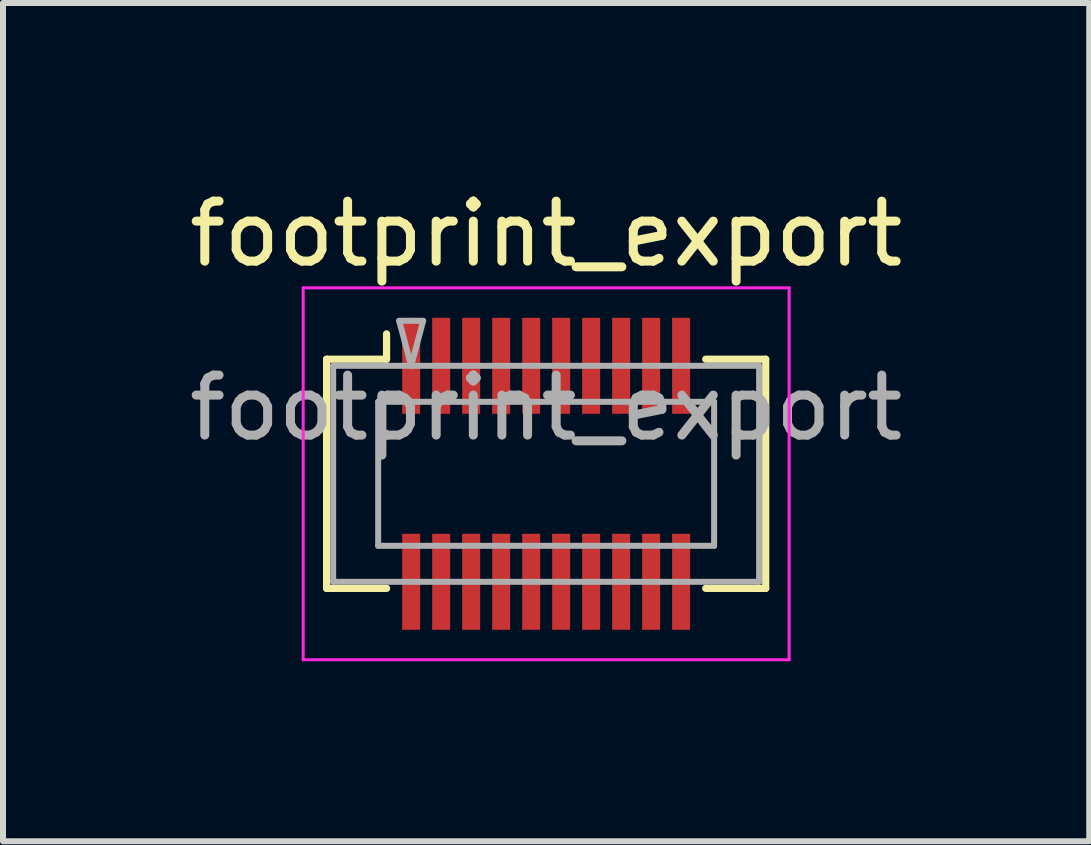
<source format=kicad_pcb>
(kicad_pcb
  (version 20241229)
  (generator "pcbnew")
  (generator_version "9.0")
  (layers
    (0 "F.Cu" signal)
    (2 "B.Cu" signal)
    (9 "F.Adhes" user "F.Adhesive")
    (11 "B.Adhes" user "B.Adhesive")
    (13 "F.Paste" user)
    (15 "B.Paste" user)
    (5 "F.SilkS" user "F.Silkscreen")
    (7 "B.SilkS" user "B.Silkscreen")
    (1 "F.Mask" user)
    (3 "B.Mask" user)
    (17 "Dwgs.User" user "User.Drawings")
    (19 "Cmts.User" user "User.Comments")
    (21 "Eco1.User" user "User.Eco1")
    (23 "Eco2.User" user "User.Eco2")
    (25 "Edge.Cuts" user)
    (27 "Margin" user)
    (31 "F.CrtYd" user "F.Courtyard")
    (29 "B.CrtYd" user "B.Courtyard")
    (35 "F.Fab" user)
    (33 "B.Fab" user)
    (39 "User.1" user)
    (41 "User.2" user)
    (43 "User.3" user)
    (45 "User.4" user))
  (footprint "footprint_export"
    (layer "F.Cu")
    (at 6.054 4.848)
    (property "Reference" "footprint_export" (at 0 -4 0) (layer "F.SilkS") (effects (font (size 1 1) (thickness 0.15))))
    (attr smd)
    (fp_line (start -3.66 -1.91) (end -2.66 -1.91) (stroke (width 0.12) (type solid)) (layer "F.SilkS"))
    (fp_line (start -3.66 1.91) (end -3.66 -1.91) (stroke (width 0.12) (type solid)) (layer "F.SilkS"))
    (fp_line (start -2.66 -1.91) (end -2.66 -2.333) (stroke (width 0.12) (type solid)) (layer "F.SilkS"))
    (fp_line (start -2.66 1.91) (end -3.66 1.91) (stroke (width 0.12) (type solid)) (layer "F.SilkS"))
    (fp_line (start 2.66 1.91) (end 3.66 1.91) (stroke (width 0.12) (type solid)) (layer "F.SilkS"))
    (fp_line (start 3.66 -1.91) (end 2.66 -1.91) (stroke (width 0.12) (type solid)) (layer "F.SilkS"))
    (fp_line (start 3.66 1.91) (end 3.66 -1.91) (stroke (width 0.12) (type solid)) (layer "F.SilkS"))
    (fp_line (start -4.05 -3.1) (end -4.05 3.1) (stroke (width 0.05) (type solid)) (layer "F.CrtYd"))
    (fp_line (start -4.05 3.1) (end 4.05 3.1) (stroke (width 0.05) (type solid)) (layer "F.CrtYd"))
    (fp_line (start 4.05 -3.1) (end -4.05 -3.1) (stroke (width 0.05) (type solid)) (layer "F.CrtYd"))
    (fp_line (start 4.05 3.1) (end 4.05 -3.1) (stroke (width 0.05) (type solid)) (layer "F.CrtYd"))
    (fp_line (start -3.55 -1.8) (end 3.55 -1.8) (stroke (width 0.1) (type solid)) (layer "F.Fab"))
    (fp_line (start -3.55 1.8) (end -3.55 -1.8) (stroke (width 0.1) (type solid)) (layer "F.Fab"))
    (fp_line (start -2.8 -1.2) (end 2.8 -1.2) (stroke (width 0.1) (type solid)) (layer "F.Fab"))
    (fp_line (start -2.8 1.2) (end -2.8 -1.2) (stroke (width 0.1) (type solid)) (layer "F.Fab"))
    (fp_line (start -2.45 -2.55) (end -2.25 -1.8) (stroke (width 0.1) (type solid)) (layer "F.Fab"))
    (fp_line (start -2.25 -1.8) (end -2.05 -2.55) (stroke (width 0.1) (type solid)) (layer "F.Fab"))
    (fp_line (start -2.05 -2.55) (end -2.45 -2.55) (stroke (width 0.1) (type solid)) (layer "F.Fab"))
    (fp_line (start 2.8 -1.2) (end 2.8 1.2) (stroke (width 0.1) (type solid)) (layer "F.Fab"))
    (fp_line (start 2.8 1.2) (end -2.8 1.2) (stroke (width 0.1) (type solid)) (layer "F.Fab"))
    (fp_line (start 3.55 -1.8) (end 3.55 1.8) (stroke (width 0.1) (type solid)) (layer "F.Fab"))
    (fp_line (start 3.55 1.8) (end -3.55 1.8) (stroke (width 0.1) (type solid)) (layer "F.Fab"))
    (fp_text user "${REFERENCE}" (at 0 -1.1 0) (layer "F.Fab") (effects (font (size 1 1) (thickness 0.15))))
    (pad "" smd rect (at -2.25 -2) (size 0.28 1.2) (layers "F.Paste"))
    (pad "" smd rect (at -2.25 2) (size 0.28 1.2) (layers "F.Paste"))
    (pad "" smd rect (at -1.75 -2) (size 0.28 1.2) (layers "F.Paste"))
    (pad "" smd rect (at -1.75 2) (size 0.28 1.2) (layers "F.Paste"))
    (pad "" smd rect (at -1.25 -2) (size 0.28 1.2) (layers "F.Paste"))
    (pad "" smd rect (at -1.25 2) (size 0.28 1.2) (layers "F.Paste"))
    (pad "" smd rect (at -0.75 -2) (size 0.28 1.2) (layers "F.Paste"))
    (pad "" smd rect (at -0.75 2) (size 0.28 1.2) (layers "F.Paste"))
    (pad "" smd rect (at -0.25 -2) (size 0.28 1.2) (layers "F.Paste"))
    (pad "" smd rect (at -0.25 2) (size 0.28 1.2) (layers "F.Paste"))
    (pad "" smd rect (at 0.25 -2) (size 0.28 1.2) (layers "F.Paste"))
    (pad "" smd rect (at 0.25 2) (size 0.28 1.2) (layers "F.Paste"))
    (pad "" smd rect (at 0.75 -2) (size 0.28 1.2) (layers "F.Paste"))
    (pad "" smd rect (at 0.75 2) (size 0.28 1.2) (layers "F.Paste"))
    (pad "" smd rect (at 1.25 -2) (size 0.28 1.2) (layers "F.Paste"))
    (pad "" smd rect (at 1.25 2) (size 0.28 1.2) (layers "F.Paste"))
    (pad "" smd rect (at 1.75 -2) (size 0.28 1.2) (layers "F.Paste"))
    (pad "" smd rect (at 1.75 2) (size 0.28 1.2) (layers "F.Paste"))
    (pad "" smd rect (at 2.25 -2) (size 0.28 1.2) (layers "F.Paste"))
    (pad "" smd rect (at 2.25 2) (size 0.28 1.2) (layers "F.Paste"))
    (pad "1" smd rect (at -2.25 -1.8) (size 0.3 1.6) (layers "F.Cu" "F.Mask"))
    (pad "2" smd rect (at -1.75 -1.8) (size 0.3 1.6) (layers "F.Cu" "F.Mask"))
    (pad "3" smd rect (at -1.25 -1.8) (size 0.3 1.6) (layers "F.Cu" "F.Mask"))
    (pad "4" smd rect (at -0.75 -1.8) (size 0.3 1.6) (layers "F.Cu" "F.Mask"))
    (pad "5" smd rect (at -0.25 -1.8) (size 0.3 1.6) (layers "F.Cu" "F.Mask"))
    (pad "6" smd rect (at 0.25 -1.8) (size 0.3 1.6) (layers "F.Cu" "F.Mask"))
    (pad "7" smd rect (at 0.75 -1.8) (size 0.3 1.6) (layers "F.Cu" "F.Mask"))
    (pad "8" smd rect (at 1.25 -1.8) (size 0.3 1.6) (layers "F.Cu" "F.Mask"))
    (pad "9" smd rect (at 1.75 -1.8) (size 0.3 1.6) (layers "F.Cu" "F.Mask"))
    (pad "10" smd rect (at 2.25 -1.8) (size 0.3 1.6) (layers "F.Cu" "F.Mask"))
    (pad "11" smd rect (at -2.25 1.8) (size 0.3 1.6) (layers "F.Cu" "F.Mask"))
    (pad "12" smd rect (at -1.75 1.8) (size 0.3 1.6) (layers "F.Cu" "F.Mask"))
    (pad "13" smd rect (at -1.25 1.8) (size 0.3 1.6) (layers "F.Cu" "F.Mask"))
    (pad "14" smd rect (at -0.75 1.8) (size 0.3 1.6) (layers "F.Cu" "F.Mask"))
    (pad "15" smd rect (at -0.25 1.8) (size 0.3 1.6) (layers "F.Cu" "F.Mask"))
    (pad "16" smd rect (at 0.25 1.8) (size 0.3 1.6) (layers "F.Cu" "F.Mask"))
    (pad "17" smd rect (at 0.75 1.8) (size 0.3 1.6) (layers "F.Cu" "F.Mask"))
    (pad "18" smd rect (at 1.25 1.8) (size 0.3 1.6) (layers "F.Cu" "F.Mask"))
    (pad "19" smd rect (at 1.75 1.8) (size 0.3 1.6) (layers "F.Cu" "F.Mask"))
    (pad "20" smd rect (at 2.25 1.8) (size 0.3 1.6) (layers "F.Cu" "F.Mask")))
  (gr_rect
    (start -3 -3)
    (end 15.107 10.973)
    (stroke (width 0.1) (type default))
    (fill no)
    (layer "Edge.Cuts")))
</source>
